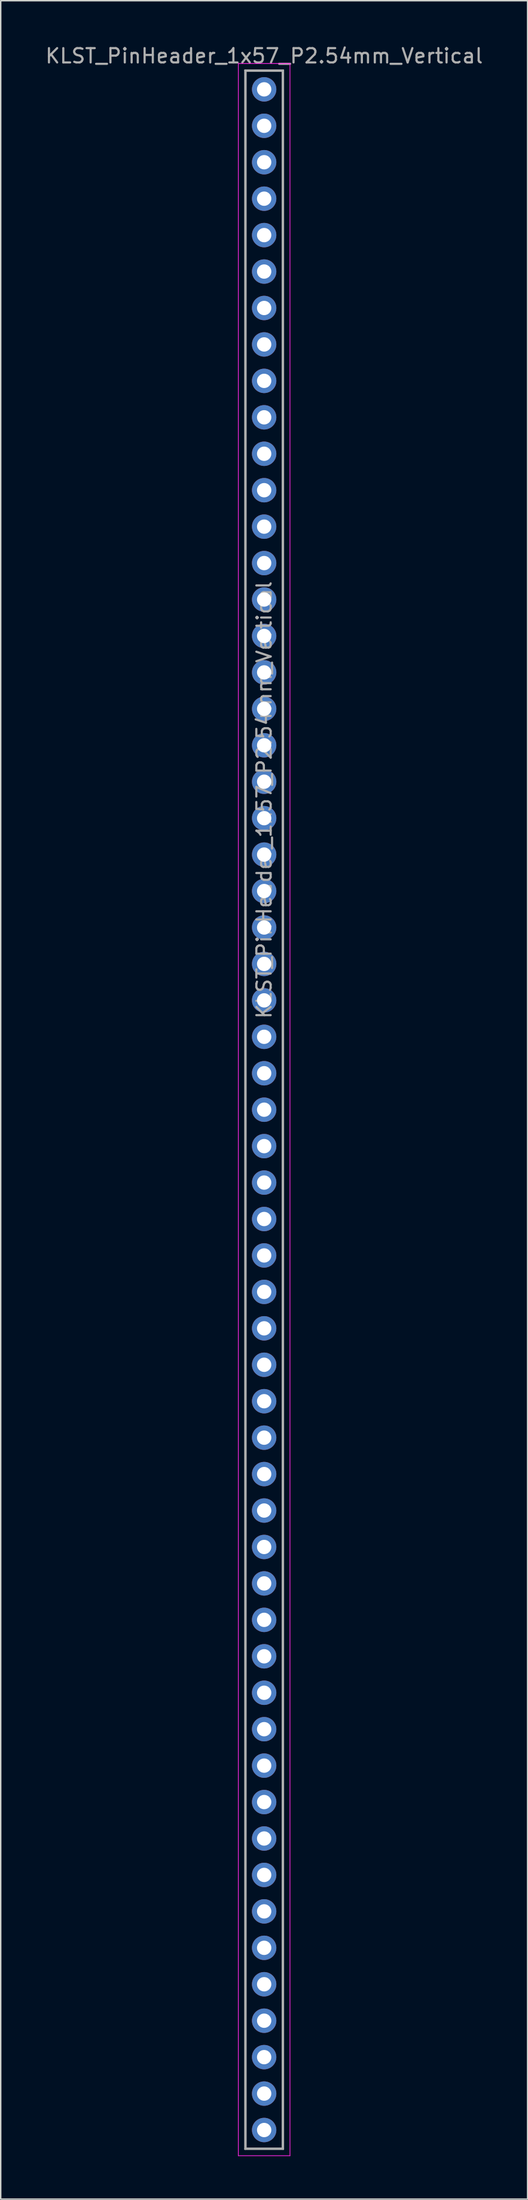
<source format=kicad_pcb>
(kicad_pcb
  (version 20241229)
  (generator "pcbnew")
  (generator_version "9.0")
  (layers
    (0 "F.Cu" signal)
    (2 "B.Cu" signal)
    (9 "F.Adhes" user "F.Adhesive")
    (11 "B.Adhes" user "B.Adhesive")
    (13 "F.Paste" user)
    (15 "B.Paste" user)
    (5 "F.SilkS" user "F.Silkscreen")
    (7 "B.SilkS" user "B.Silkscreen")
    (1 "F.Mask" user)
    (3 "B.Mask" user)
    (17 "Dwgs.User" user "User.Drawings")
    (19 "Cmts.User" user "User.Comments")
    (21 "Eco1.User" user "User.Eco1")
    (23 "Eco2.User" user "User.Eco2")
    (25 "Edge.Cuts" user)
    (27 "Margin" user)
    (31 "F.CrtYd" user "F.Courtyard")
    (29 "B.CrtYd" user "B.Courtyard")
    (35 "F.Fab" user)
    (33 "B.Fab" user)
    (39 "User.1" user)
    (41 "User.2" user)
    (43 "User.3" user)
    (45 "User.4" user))
  (footprint "KLST_PinHeader_1x57_P2.54mm_Vertical"
    (layer "F.Cu")
    (at 15.363 3.178)
    (property "Reference" "KLST_PinHeader_1x57_P2.54mm_Vertical" (at 0 -2.33 0) (layer "F.Fab") (effects (font (size 1 1) (thickness 0.15))))
    (attr through_hole)
    (fp_line (start -1.8 -1.8) (end -1.8 144.03) (stroke (width 0.05) (type solid)) (layer "F.CrtYd"))
    (fp_line (start -1.8 144.03) (end 1.8 144.03) (stroke (width 0.05) (type solid)) (layer "F.CrtYd"))
    (fp_line (start 1.8 -1.8) (end -1.8 -1.8) (stroke (width 0.05) (type solid)) (layer "F.CrtYd"))
    (fp_line (start 1.8 144.03) (end 1.8 -1.8) (stroke (width 0.05) (type solid)) (layer "F.CrtYd"))
    (fp_line (start -1.33 -1.33) (end -1.33 143.57) (stroke (width 0.12) (type solid)) (layer "F.Fab"))
    (fp_line (start -1.33 -1.33) (end 1.33 -1.33) (stroke (width 0.12) (type solid)) (layer "F.Fab"))
    (fp_line (start -1.33 143.57) (end 1.33 143.57) (stroke (width 0.12) (type solid)) (layer "F.Fab"))
    (fp_line (start -1.27 -1.27) (end 1.27 -1.27) (stroke (width 0.1) (type solid)) (layer "F.Fab"))
    (fp_line (start -1.27 143.51) (end -1.27 -1.27) (stroke (width 0.1) (type solid)) (layer "F.Fab"))
    (fp_line (start 1.27 -1.27) (end 1.27 143.51) (stroke (width 0.1) (type solid)) (layer "F.Fab"))
    (fp_line (start 1.27 143.51) (end -1.27 143.51) (stroke (width 0.1) (type solid)) (layer "F.Fab"))
    (fp_line (start 1.33 -1.33) (end 1.33 143.57) (stroke (width 0.12) (type solid)) (layer "F.Fab"))
    (fp_text user "${REFERENCE}" (at 0 49.53 90) (layer "F.Fab") (effects (font (size 1 1) (thickness 0.15))))
    (pad "1" thru_hole oval (at 0 0) (size 1.7 1.7) (drill 1) (layers "*.Cu" "*.Mask"))
    (pad "2" thru_hole oval (at 0 2.54) (size 1.7 1.7) (drill 1) (layers "*.Cu" "*.Mask"))
    (pad "3" thru_hole oval (at 0 5.08) (size 1.7 1.7) (drill 1) (layers "*.Cu" "*.Mask"))
    (pad "4" thru_hole oval (at 0 7.62) (size 1.7 1.7) (drill 1) (layers "*.Cu" "*.Mask"))
    (pad "5" thru_hole oval (at 0 10.16) (size 1.7 1.7) (drill 1) (layers "*.Cu" "*.Mask"))
    (pad "6" thru_hole oval (at 0 12.7) (size 1.7 1.7) (drill 1) (layers "*.Cu" "*.Mask"))
    (pad "7" thru_hole oval (at 0 15.24) (size 1.7 1.7) (drill 1) (layers "*.Cu" "*.Mask"))
    (pad "8" thru_hole oval (at 0 17.78) (size 1.7 1.7) (drill 1) (layers "*.Cu" "*.Mask"))
    (pad "9" thru_hole oval (at 0 20.32) (size 1.7 1.7) (drill 1) (layers "*.Cu" "*.Mask"))
    (pad "10" thru_hole oval (at 0 22.86) (size 1.7 1.7) (drill 1) (layers "*.Cu" "*.Mask"))
    (pad "11" thru_hole oval (at 0 25.4) (size 1.7 1.7) (drill 1) (layers "*.Cu" "*.Mask"))
    (pad "12" thru_hole oval (at 0 27.94) (size 1.7 1.7) (drill 1) (layers "*.Cu" "*.Mask"))
    (pad "13" thru_hole oval (at 0 30.48) (size 1.7 1.7) (drill 1) (layers "*.Cu" "*.Mask"))
    (pad "14" thru_hole oval (at 0 33.02) (size 1.7 1.7) (drill 1) (layers "*.Cu" "*.Mask"))
    (pad "15" thru_hole oval (at 0 35.56) (size 1.7 1.7) (drill 1) (layers "*.Cu" "*.Mask"))
    (pad "16" thru_hole oval (at 0 38.1) (size 1.7 1.7) (drill 1) (layers "*.Cu" "*.Mask"))
    (pad "17" thru_hole oval (at 0 40.64) (size 1.7 1.7) (drill 1) (layers "*.Cu" "*.Mask"))
    (pad "18" thru_hole oval (at 0 43.18) (size 1.7 1.7) (drill 1) (layers "*.Cu" "*.Mask"))
    (pad "19" thru_hole oval (at 0 45.72) (size 1.7 1.7) (drill 1) (layers "*.Cu" "*.Mask"))
    (pad "20" thru_hole oval (at 0 48.26) (size 1.7 1.7) (drill 1) (layers "*.Cu" "*.Mask"))
    (pad "21" thru_hole oval (at 0 50.8) (size 1.7 1.7) (drill 1) (layers "*.Cu" "*.Mask"))
    (pad "22" thru_hole oval (at 0 53.34) (size 1.7 1.7) (drill 1) (layers "*.Cu" "*.Mask"))
    (pad "23" thru_hole oval (at 0 55.88) (size 1.7 1.7) (drill 1) (layers "*.Cu" "*.Mask"))
    (pad "24" thru_hole oval (at 0 58.42) (size 1.7 1.7) (drill 1) (layers "*.Cu" "*.Mask"))
    (pad "25" thru_hole oval (at 0 60.96) (size 1.7 1.7) (drill 1) (layers "*.Cu" "*.Mask"))
    (pad "26" thru_hole oval (at 0 63.5) (size 1.7 1.7) (drill 1) (layers "*.Cu" "*.Mask"))
    (pad "27" thru_hole oval (at 0 66.04) (size 1.7 1.7) (drill 1) (layers "*.Cu" "*.Mask"))
    (pad "28" thru_hole oval (at 0 68.58) (size 1.7 1.7) (drill 1) (layers "*.Cu" "*.Mask"))
    (pad "29" thru_hole oval (at 0 71.12) (size 1.7 1.7) (drill 1) (layers "*.Cu" "*.Mask"))
    (pad "30" thru_hole oval (at 0 73.66) (size 1.7 1.7) (drill 1) (layers "*.Cu" "*.Mask"))
    (pad "31" thru_hole oval (at 0 76.2) (size 1.7 1.7) (drill 1) (layers "*.Cu" "*.Mask"))
    (pad "32" thru_hole oval (at 0 78.74) (size 1.7 1.7) (drill 1) (layers "*.Cu" "*.Mask"))
    (pad "33" thru_hole oval (at 0 81.28) (size 1.7 1.7) (drill 1) (layers "*.Cu" "*.Mask"))
    (pad "34" thru_hole oval (at 0 83.82) (size 1.7 1.7) (drill 1) (layers "*.Cu" "*.Mask"))
    (pad "35" thru_hole oval (at 0 86.36) (size 1.7 1.7) (drill 1) (layers "*.Cu" "*.Mask"))
    (pad "36" thru_hole oval (at 0 88.9) (size 1.7 1.7) (drill 1) (layers "*.Cu" "*.Mask"))
    (pad "37" thru_hole oval (at 0 91.44) (size 1.7 1.7) (drill 1) (layers "*.Cu" "*.Mask"))
    (pad "38" thru_hole oval (at 0 93.98) (size 1.7 1.7) (drill 1) (layers "*.Cu" "*.Mask"))
    (pad "39" thru_hole oval (at 0 96.52) (size 1.7 1.7) (drill 1) (layers "*.Cu" "*.Mask"))
    (pad "40" thru_hole oval (at 0 99.06) (size 1.7 1.7) (drill 1) (layers "*.Cu" "*.Mask"))
    (pad "41" thru_hole oval (at 0 101.6) (size 1.7 1.7) (drill 1) (layers "*.Cu" "*.Mask"))
    (pad "42" thru_hole oval (at 0 104.14) (size 1.7 1.7) (drill 1) (layers "*.Cu" "*.Mask"))
    (pad "43" thru_hole oval (at 0 106.68) (size 1.7 1.7) (drill 1) (layers "*.Cu" "*.Mask"))
    (pad "44" thru_hole oval (at 0 109.22) (size 1.7 1.7) (drill 1) (layers "*.Cu" "*.Mask"))
    (pad "45" thru_hole oval (at 0 111.76) (size 1.7 1.7) (drill 1) (layers "*.Cu" "*.Mask"))
    (pad "46" thru_hole oval (at 0 114.3) (size 1.7 1.7) (drill 1) (layers "*.Cu" "*.Mask"))
    (pad "47" thru_hole oval (at 0 116.84) (size 1.7 1.7) (drill 1) (layers "*.Cu" "*.Mask"))
    (pad "48" thru_hole oval (at 0 119.38) (size 1.7 1.7) (drill 1) (layers "*.Cu" "*.Mask"))
    (pad "49" thru_hole oval (at 0 121.92) (size 1.7 1.7) (drill 1) (layers "*.Cu" "*.Mask"))
    (pad "50" thru_hole oval (at 0 124.46) (size 1.7 1.7) (drill 1) (layers "*.Cu" "*.Mask"))
    (pad "51" thru_hole oval (at 0 127) (size 1.7 1.7) (drill 1) (layers "*.Cu" "*.Mask"))
    (pad "52" thru_hole oval (at 0 129.54) (size 1.7 1.7) (drill 1) (layers "*.Cu" "*.Mask"))
    (pad "53" thru_hole oval (at 0 132.08) (size 1.7 1.7) (drill 1) (layers "*.Cu" "*.Mask"))
    (pad "54" thru_hole oval (at 0 134.62) (size 1.7 1.7) (drill 1) (layers "*.Cu" "*.Mask"))
    (pad "55" thru_hole oval (at 0 137.16) (size 1.7 1.7) (drill 1) (layers "*.Cu" "*.Mask"))
    (pad "56" thru_hole oval (at 0 139.7) (size 1.7 1.7) (drill 1) (layers "*.Cu" "*.Mask"))
    (pad "57" thru_hole oval (at 0 142.24) (size 1.7 1.7) (drill 1) (layers "*.Cu" "*.Mask")))
  (gr_rect
    (start -3 -3)
    (end 33.726 150.233)
    (stroke (width 0.1) (type default))
    (fill no)
    (layer "Edge.Cuts")))
</source>
